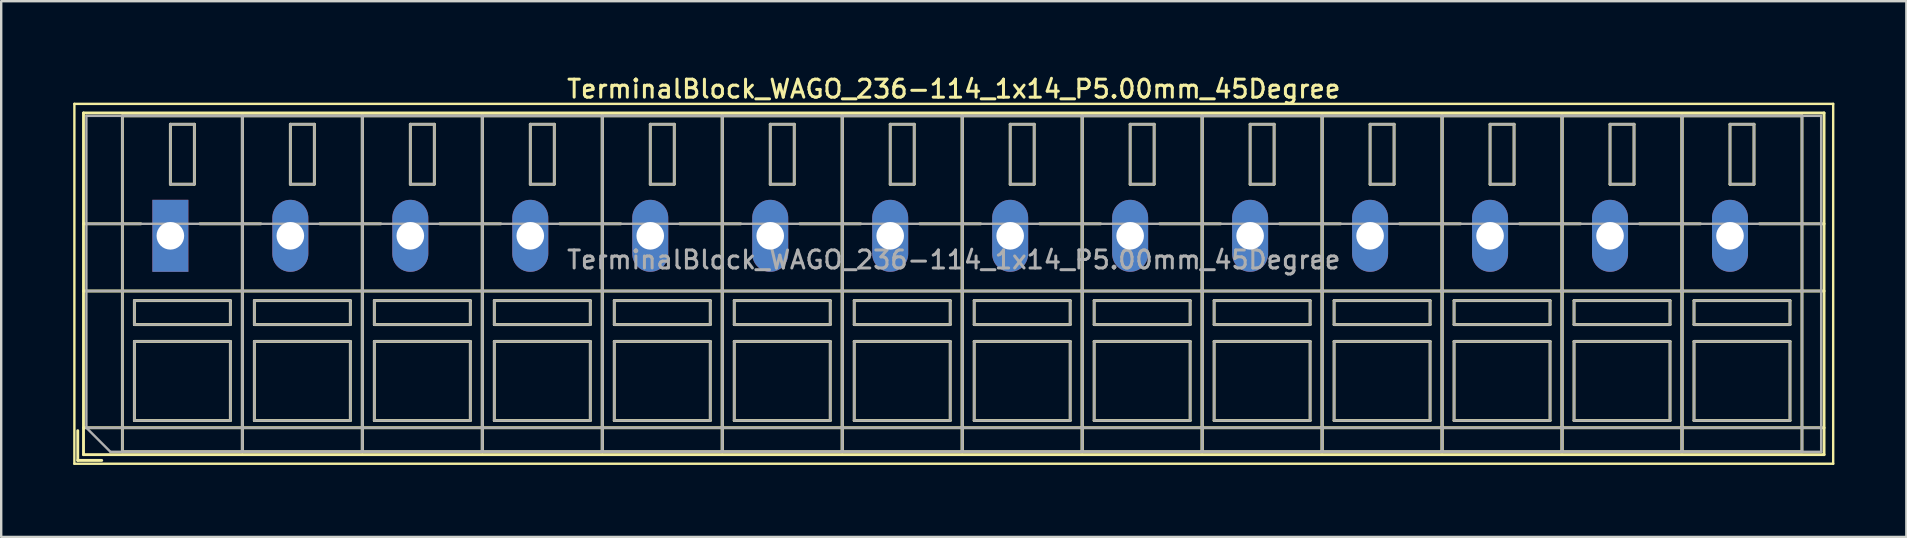
<source format=kicad_pcb>
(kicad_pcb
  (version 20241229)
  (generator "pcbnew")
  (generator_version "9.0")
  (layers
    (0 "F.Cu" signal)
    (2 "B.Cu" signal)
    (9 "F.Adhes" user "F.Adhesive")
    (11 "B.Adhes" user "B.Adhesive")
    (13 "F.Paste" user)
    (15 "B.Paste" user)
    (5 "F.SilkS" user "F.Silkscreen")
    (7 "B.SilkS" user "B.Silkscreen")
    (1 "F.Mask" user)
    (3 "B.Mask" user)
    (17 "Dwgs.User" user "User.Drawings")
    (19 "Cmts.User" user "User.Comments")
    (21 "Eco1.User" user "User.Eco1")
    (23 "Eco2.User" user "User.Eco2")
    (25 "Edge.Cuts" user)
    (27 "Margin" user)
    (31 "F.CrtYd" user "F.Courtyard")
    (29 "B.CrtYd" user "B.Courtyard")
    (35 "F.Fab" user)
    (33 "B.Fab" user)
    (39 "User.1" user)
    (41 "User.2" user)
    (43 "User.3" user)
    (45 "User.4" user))
  (footprint "TerminalBlock_WAGO_236-114_1x14_P5.00mm_45Degree"
    (layer "F.Cu")
    (at 4.05 6.778)
    (property "Reference" "TerminalBlock_WAGO_236-114_1x14_P5.00mm_45Degree" (at 32.65 -6.12 0) (layer "F.SilkS") (effects (font (size 0.75 0.75) (thickness 0.125))))
    (attr through_hole)
    (fp_line (start -4 -5.5) (end -4 9.5) (stroke (width 0.1) (type solid)) (layer "F.SilkS"))
    (fp_line (start -4 9.5) (end 69.3 9.5) (stroke (width 0.1) (type solid)) (layer "F.SilkS"))
    (fp_line (start -3.86 8.12) (end -3.86 9.36) (stroke (width 0.12) (type solid)) (layer "F.SilkS"))
    (fp_line (start -3.86 9.36) (end -2.86 9.36) (stroke (width 0.12) (type solid)) (layer "F.SilkS"))
    (fp_line (start -3.62 -5.12) (end -3.62 9.12) (stroke (width 0.12) (type solid)) (layer "F.SilkS"))
    (fp_line (start -3.62 -5.12) (end 68.92 -5.12) (stroke (width 0.12) (type solid)) (layer "F.SilkS"))
    (fp_line (start -3.62 -0.5) (end -1.23 -0.5) (stroke (width 0.12) (type solid)) (layer "F.SilkS"))
    (fp_line (start -3.62 2.3) (end 68.92 2.3) (stroke (width 0.12) (type solid)) (layer "F.SilkS"))
    (fp_line (start -3.62 8) (end 68.92 8) (stroke (width 0.12) (type solid)) (layer "F.SilkS"))
    (fp_line (start -3.62 9.12) (end 68.92 9.12) (stroke (width 0.12) (type solid)) (layer "F.SilkS"))
    (fp_line (start -2 -5) (end -2 9) (stroke (width 0.12) (type solid)) (layer "F.SilkS"))
    (fp_line (start -2 -5) (end 3 -5) (stroke (width 0.12) (type solid)) (layer "F.SilkS"))
    (fp_line (start -2 9) (end 3 9) (stroke (width 0.12) (type solid)) (layer "F.SilkS"))
    (fp_line (start -1.5 2.7) (end -1.5 3.7) (stroke (width 0.12) (type solid)) (layer "F.SilkS"))
    (fp_line (start -1.5 2.7) (end 2.5 2.7) (stroke (width 0.12) (type solid)) (layer "F.SilkS"))
    (fp_line (start -1.5 3.7) (end 2.5 3.7) (stroke (width 0.12) (type solid)) (layer "F.SilkS"))
    (fp_line (start -1.5 4.4) (end -1.5 7.7) (stroke (width 0.12) (type solid)) (layer "F.SilkS"))
    (fp_line (start -1.5 4.4) (end 2.5 4.4) (stroke (width 0.12) (type solid)) (layer "F.SilkS"))
    (fp_line (start -1.5 7.7) (end 2.5 7.7) (stroke (width 0.12) (type solid)) (layer "F.SilkS"))
    (fp_line (start 0 -4.65) (end 0 -2.151) (stroke (width 0.12) (type solid)) (layer "F.SilkS"))
    (fp_line (start 0 -4.65) (end 1 -4.65) (stroke (width 0.12) (type solid)) (layer "F.SilkS"))
    (fp_line (start 0 -2.151) (end 1 -2.151) (stroke (width 0.12) (type solid)) (layer "F.SilkS"))
    (fp_line (start 1 -4.65) (end 1 -2.151) (stroke (width 0.12) (type solid)) (layer "F.SilkS"))
    (fp_line (start 1.23 -0.5) (end 3.77 -0.5) (stroke (width 0.12) (type solid)) (layer "F.SilkS"))
    (fp_line (start 2.5 2.7) (end 2.5 3.7) (stroke (width 0.12) (type solid)) (layer "F.SilkS"))
    (fp_line (start 2.5 4.4) (end 2.5 7.7) (stroke (width 0.12) (type solid)) (layer "F.SilkS"))
    (fp_line (start 3 -5) (end 3 9) (stroke (width 0.12) (type solid)) (layer "F.SilkS"))
    (fp_line (start 3 -5) (end 3 9) (stroke (width 0.12) (type solid)) (layer "F.SilkS"))
    (fp_line (start 3 -5) (end 8 -5) (stroke (width 0.12) (type solid)) (layer "F.SilkS"))
    (fp_line (start 3 9) (end 8 9) (stroke (width 0.12) (type solid)) (layer "F.SilkS"))
    (fp_line (start 3.5 2.7) (end 3.5 3.7) (stroke (width 0.12) (type solid)) (layer "F.SilkS"))
    (fp_line (start 3.5 2.7) (end 7.5 2.7) (stroke (width 0.12) (type solid)) (layer "F.SilkS"))
    (fp_line (start 3.5 3.7) (end 7.5 3.7) (stroke (width 0.12) (type solid)) (layer "F.SilkS"))
    (fp_line (start 3.5 4.4) (end 3.5 7.7) (stroke (width 0.12) (type solid)) (layer "F.SilkS"))
    (fp_line (start 3.5 4.4) (end 7.5 4.4) (stroke (width 0.12) (type solid)) (layer "F.SilkS"))
    (fp_line (start 3.5 7.7) (end 7.5 7.7) (stroke (width 0.12) (type solid)) (layer "F.SilkS"))
    (fp_line (start 5 -4.65) (end 5 -2.151) (stroke (width 0.12) (type solid)) (layer "F.SilkS"))
    (fp_line (start 5 -4.65) (end 6 -4.65) (stroke (width 0.12) (type solid)) (layer "F.SilkS"))
    (fp_line (start 5 -2.151) (end 6 -2.151) (stroke (width 0.12) (type solid)) (layer "F.SilkS"))
    (fp_line (start 6 -4.65) (end 6 -2.151) (stroke (width 0.12) (type solid)) (layer "F.SilkS"))
    (fp_line (start 6.23 -0.5) (end 8.77 -0.5) (stroke (width 0.12) (type solid)) (layer "F.SilkS"))
    (fp_line (start 7.5 2.7) (end 7.5 3.7) (stroke (width 0.12) (type solid)) (layer "F.SilkS"))
    (fp_line (start 7.5 4.4) (end 7.5 7.7) (stroke (width 0.12) (type solid)) (layer "F.SilkS"))
    (fp_line (start 8 -5) (end 8 9) (stroke (width 0.12) (type solid)) (layer "F.SilkS"))
    (fp_line (start 8 -5) (end 8 9) (stroke (width 0.12) (type solid)) (layer "F.SilkS"))
    (fp_line (start 8 -5) (end 13 -5) (stroke (width 0.12) (type solid)) (layer "F.SilkS"))
    (fp_line (start 8 9) (end 13 9) (stroke (width 0.12) (type solid)) (layer "F.SilkS"))
    (fp_line (start 8.5 2.7) (end 8.5 3.7) (stroke (width 0.12) (type solid)) (layer "F.SilkS"))
    (fp_line (start 8.5 2.7) (end 12.5 2.7) (stroke (width 0.12) (type solid)) (layer "F.SilkS"))
    (fp_line (start 8.5 3.7) (end 12.5 3.7) (stroke (width 0.12) (type solid)) (layer "F.SilkS"))
    (fp_line (start 8.5 4.4) (end 8.5 7.7) (stroke (width 0.12) (type solid)) (layer "F.SilkS"))
    (fp_line (start 8.5 4.4) (end 12.5 4.4) (stroke (width 0.12) (type solid)) (layer "F.SilkS"))
    (fp_line (start 8.5 7.7) (end 12.5 7.7) (stroke (width 0.12) (type solid)) (layer "F.SilkS"))
    (fp_line (start 10 -4.65) (end 10 -2.151) (stroke (width 0.12) (type solid)) (layer "F.SilkS"))
    (fp_line (start 10 -4.65) (end 11 -4.65) (stroke (width 0.12) (type solid)) (layer "F.SilkS"))
    (fp_line (start 10 -2.151) (end 11 -2.151) (stroke (width 0.12) (type solid)) (layer "F.SilkS"))
    (fp_line (start 11 -4.65) (end 11 -2.151) (stroke (width 0.12) (type solid)) (layer "F.SilkS"))
    (fp_line (start 11.23 -0.5) (end 13.77 -0.5) (stroke (width 0.12) (type solid)) (layer "F.SilkS"))
    (fp_line (start 12.5 2.7) (end 12.5 3.7) (stroke (width 0.12) (type solid)) (layer "F.SilkS"))
    (fp_line (start 12.5 4.4) (end 12.5 7.7) (stroke (width 0.12) (type solid)) (layer "F.SilkS"))
    (fp_line (start 13 -5) (end 13 9) (stroke (width 0.12) (type solid)) (layer "F.SilkS"))
    (fp_line (start 13 -5) (end 13 9) (stroke (width 0.12) (type solid)) (layer "F.SilkS"))
    (fp_line (start 13 -5) (end 18 -5) (stroke (width 0.12) (type solid)) (layer "F.SilkS"))
    (fp_line (start 13 9) (end 18 9) (stroke (width 0.12) (type solid)) (layer "F.SilkS"))
    (fp_line (start 13.5 2.7) (end 13.5 3.7) (stroke (width 0.12) (type solid)) (layer "F.SilkS"))
    (fp_line (start 13.5 2.7) (end 17.5 2.7) (stroke (width 0.12) (type solid)) (layer "F.SilkS"))
    (fp_line (start 13.5 3.7) (end 17.5 3.7) (stroke (width 0.12) (type solid)) (layer "F.SilkS"))
    (fp_line (start 13.5 4.4) (end 13.5 7.7) (stroke (width 0.12) (type solid)) (layer "F.SilkS"))
    (fp_line (start 13.5 4.4) (end 17.5 4.4) (stroke (width 0.12) (type solid)) (layer "F.SilkS"))
    (fp_line (start 13.5 7.7) (end 17.5 7.7) (stroke (width 0.12) (type solid)) (layer "F.SilkS"))
    (fp_line (start 15 -4.65) (end 15 -2.151) (stroke (width 0.12) (type solid)) (layer "F.SilkS"))
    (fp_line (start 15 -4.65) (end 16 -4.65) (stroke (width 0.12) (type solid)) (layer "F.SilkS"))
    (fp_line (start 15 -2.151) (end 16 -2.151) (stroke (width 0.12) (type solid)) (layer "F.SilkS"))
    (fp_line (start 16 -4.65) (end 16 -2.151) (stroke (width 0.12) (type solid)) (layer "F.SilkS"))
    (fp_line (start 16.23 -0.5) (end 18.77 -0.5) (stroke (width 0.12) (type solid)) (layer "F.SilkS"))
    (fp_line (start 17.5 2.7) (end 17.5 3.7) (stroke (width 0.12) (type solid)) (layer "F.SilkS"))
    (fp_line (start 17.5 4.4) (end 17.5 7.7) (stroke (width 0.12) (type solid)) (layer "F.SilkS"))
    (fp_line (start 18 -5) (end 18 9) (stroke (width 0.12) (type solid)) (layer "F.SilkS"))
    (fp_line (start 18 -5) (end 18 9) (stroke (width 0.12) (type solid)) (layer "F.SilkS"))
    (fp_line (start 18 -5) (end 23 -5) (stroke (width 0.12) (type solid)) (layer "F.SilkS"))
    (fp_line (start 18 9) (end 23 9) (stroke (width 0.12) (type solid)) (layer "F.SilkS"))
    (fp_line (start 18.5 2.7) (end 18.5 3.7) (stroke (width 0.12) (type solid)) (layer "F.SilkS"))
    (fp_line (start 18.5 2.7) (end 22.5 2.7) (stroke (width 0.12) (type solid)) (layer "F.SilkS"))
    (fp_line (start 18.5 3.7) (end 22.5 3.7) (stroke (width 0.12) (type solid)) (layer "F.SilkS"))
    (fp_line (start 18.5 4.4) (end 18.5 7.7) (stroke (width 0.12) (type solid)) (layer "F.SilkS"))
    (fp_line (start 18.5 4.4) (end 22.5 4.4) (stroke (width 0.12) (type solid)) (layer "F.SilkS"))
    (fp_line (start 18.5 7.7) (end 22.5 7.7) (stroke (width 0.12) (type solid)) (layer "F.SilkS"))
    (fp_line (start 20 -4.65) (end 20 -2.151) (stroke (width 0.12) (type solid)) (layer "F.SilkS"))
    (fp_line (start 20 -4.65) (end 21 -4.65) (stroke (width 0.12) (type solid)) (layer "F.SilkS"))
    (fp_line (start 20 -2.151) (end 21 -2.151) (stroke (width 0.12) (type solid)) (layer "F.SilkS"))
    (fp_line (start 21 -4.65) (end 21 -2.151) (stroke (width 0.12) (type solid)) (layer "F.SilkS"))
    (fp_line (start 21.23 -0.5) (end 23.77 -0.5) (stroke (width 0.12) (type solid)) (layer "F.SilkS"))
    (fp_line (start 22.5 2.7) (end 22.5 3.7) (stroke (width 0.12) (type solid)) (layer "F.SilkS"))
    (fp_line (start 22.5 4.4) (end 22.5 7.7) (stroke (width 0.12) (type solid)) (layer "F.SilkS"))
    (fp_line (start 23 -5) (end 23 9) (stroke (width 0.12) (type solid)) (layer "F.SilkS"))
    (fp_line (start 23 -5) (end 23 9) (stroke (width 0.12) (type solid)) (layer "F.SilkS"))
    (fp_line (start 23 -5) (end 28 -5) (stroke (width 0.12) (type solid)) (layer "F.SilkS"))
    (fp_line (start 23 9) (end 28 9) (stroke (width 0.12) (type solid)) (layer "F.SilkS"))
    (fp_line (start 23.5 2.7) (end 23.5 3.7) (stroke (width 0.12) (type solid)) (layer "F.SilkS"))
    (fp_line (start 23.5 2.7) (end 27.5 2.7) (stroke (width 0.12) (type solid)) (layer "F.SilkS"))
    (fp_line (start 23.5 3.7) (end 27.5 3.7) (stroke (width 0.12) (type solid)) (layer "F.SilkS"))
    (fp_line (start 23.5 4.4) (end 23.5 7.7) (stroke (width 0.12) (type solid)) (layer "F.SilkS"))
    (fp_line (start 23.5 4.4) (end 27.5 4.4) (stroke (width 0.12) (type solid)) (layer "F.SilkS"))
    (fp_line (start 23.5 7.7) (end 27.5 7.7) (stroke (width 0.12) (type solid)) (layer "F.SilkS"))
    (fp_line (start 25 -4.65) (end 25 -2.151) (stroke (width 0.12) (type solid)) (layer "F.SilkS"))
    (fp_line (start 25 -4.65) (end 26 -4.65) (stroke (width 0.12) (type solid)) (layer "F.SilkS"))
    (fp_line (start 25 -2.151) (end 26 -2.151) (stroke (width 0.12) (type solid)) (layer "F.SilkS"))
    (fp_line (start 26 -4.65) (end 26 -2.151) (stroke (width 0.12) (type solid)) (layer "F.SilkS"))
    (fp_line (start 26.23 -0.5) (end 28.77 -0.5) (stroke (width 0.12) (type solid)) (layer "F.SilkS"))
    (fp_line (start 27.5 2.7) (end 27.5 3.7) (stroke (width 0.12) (type solid)) (layer "F.SilkS"))
    (fp_line (start 27.5 4.4) (end 27.5 7.7) (stroke (width 0.12) (type solid)) (layer "F.SilkS"))
    (fp_line (start 28 -5) (end 28 9) (stroke (width 0.12) (type solid)) (layer "F.SilkS"))
    (fp_line (start 28 -5) (end 28 9) (stroke (width 0.12) (type solid)) (layer "F.SilkS"))
    (fp_line (start 28 -5) (end 33 -5) (stroke (width 0.12) (type solid)) (layer "F.SilkS"))
    (fp_line (start 28 9) (end 33 9) (stroke (width 0.12) (type solid)) (layer "F.SilkS"))
    (fp_line (start 28.5 2.7) (end 28.5 3.7) (stroke (width 0.12) (type solid)) (layer "F.SilkS"))
    (fp_line (start 28.5 2.7) (end 32.5 2.7) (stroke (width 0.12) (type solid)) (layer "F.SilkS"))
    (fp_line (start 28.5 3.7) (end 32.5 3.7) (stroke (width 0.12) (type solid)) (layer "F.SilkS"))
    (fp_line (start 28.5 4.4) (end 28.5 7.7) (stroke (width 0.12) (type solid)) (layer "F.SilkS"))
    (fp_line (start 28.5 4.4) (end 32.5 4.4) (stroke (width 0.12) (type solid)) (layer "F.SilkS"))
    (fp_line (start 28.5 7.7) (end 32.5 7.7) (stroke (width 0.12) (type solid)) (layer "F.SilkS"))
    (fp_line (start 30 -4.65) (end 30 -2.151) (stroke (width 0.12) (type solid)) (layer "F.SilkS"))
    (fp_line (start 30 -4.65) (end 31 -4.65) (stroke (width 0.12) (type solid)) (layer "F.SilkS"))
    (fp_line (start 30 -2.151) (end 31 -2.151) (stroke (width 0.12) (type solid)) (layer "F.SilkS"))
    (fp_line (start 31 -4.65) (end 31 -2.151) (stroke (width 0.12) (type solid)) (layer "F.SilkS"))
    (fp_line (start 31.23 -0.5) (end 33.77 -0.5) (stroke (width 0.12) (type solid)) (layer "F.SilkS"))
    (fp_line (start 32.5 2.7) (end 32.5 3.7) (stroke (width 0.12) (type solid)) (layer "F.SilkS"))
    (fp_line (start 32.5 4.4) (end 32.5 7.7) (stroke (width 0.12) (type solid)) (layer "F.SilkS"))
    (fp_line (start 33 -5) (end 33 9) (stroke (width 0.12) (type solid)) (layer "F.SilkS"))
    (fp_line (start 33 -5) (end 33 9) (stroke (width 0.12) (type solid)) (layer "F.SilkS"))
    (fp_line (start 33 -5) (end 38 -5) (stroke (width 0.12) (type solid)) (layer "F.SilkS"))
    (fp_line (start 33 9) (end 38 9) (stroke (width 0.12) (type solid)) (layer "F.SilkS"))
    (fp_line (start 33.5 2.7) (end 33.5 3.7) (stroke (width 0.12) (type solid)) (layer "F.SilkS"))
    (fp_line (start 33.5 2.7) (end 37.5 2.7) (stroke (width 0.12) (type solid)) (layer "F.SilkS"))
    (fp_line (start 33.5 3.7) (end 37.5 3.7) (stroke (width 0.12) (type solid)) (layer "F.SilkS"))
    (fp_line (start 33.5 4.4) (end 33.5 7.7) (stroke (width 0.12) (type solid)) (layer "F.SilkS"))
    (fp_line (start 33.5 4.4) (end 37.5 4.4) (stroke (width 0.12) (type solid)) (layer "F.SilkS"))
    (fp_line (start 33.5 7.7) (end 37.5 7.7) (stroke (width 0.12) (type solid)) (layer "F.SilkS"))
    (fp_line (start 35 -4.65) (end 35 -2.151) (stroke (width 0.12) (type solid)) (layer "F.SilkS"))
    (fp_line (start 35 -4.65) (end 36 -4.65) (stroke (width 0.12) (type solid)) (layer "F.SilkS"))
    (fp_line (start 35 -2.151) (end 36 -2.151) (stroke (width 0.12) (type solid)) (layer "F.SilkS"))
    (fp_line (start 36 -4.65) (end 36 -2.151) (stroke (width 0.12) (type solid)) (layer "F.SilkS"))
    (fp_line (start 36.23 -0.5) (end 38.77 -0.5) (stroke (width 0.12) (type solid)) (layer "F.SilkS"))
    (fp_line (start 37.5 2.7) (end 37.5 3.7) (stroke (width 0.12) (type solid)) (layer "F.SilkS"))
    (fp_line (start 37.5 4.4) (end 37.5 7.7) (stroke (width 0.12) (type solid)) (layer "F.SilkS"))
    (fp_line (start 38 -5) (end 38 9) (stroke (width 0.12) (type solid)) (layer "F.SilkS"))
    (fp_line (start 38 -5) (end 38 9) (stroke (width 0.12) (type solid)) (layer "F.SilkS"))
    (fp_line (start 38 -5) (end 43 -5) (stroke (width 0.12) (type solid)) (layer "F.SilkS"))
    (fp_line (start 38 9) (end 43 9) (stroke (width 0.12) (type solid)) (layer "F.SilkS"))
    (fp_line (start 38.5 2.7) (end 38.5 3.7) (stroke (width 0.12) (type solid)) (layer "F.SilkS"))
    (fp_line (start 38.5 2.7) (end 42.5 2.7) (stroke (width 0.12) (type solid)) (layer "F.SilkS"))
    (fp_line (start 38.5 3.7) (end 42.5 3.7) (stroke (width 0.12) (type solid)) (layer "F.SilkS"))
    (fp_line (start 38.5 4.4) (end 38.5 7.7) (stroke (width 0.12) (type solid)) (layer "F.SilkS"))
    (fp_line (start 38.5 4.4) (end 42.5 4.4) (stroke (width 0.12) (type solid)) (layer "F.SilkS"))
    (fp_line (start 38.5 7.7) (end 42.5 7.7) (stroke (width 0.12) (type solid)) (layer "F.SilkS"))
    (fp_line (start 40 -4.65) (end 40 -2.151) (stroke (width 0.12) (type solid)) (layer "F.SilkS"))
    (fp_line (start 40 -4.65) (end 41 -4.65) (stroke (width 0.12) (type solid)) (layer "F.SilkS"))
    (fp_line (start 40 -2.151) (end 41 -2.151) (stroke (width 0.12) (type solid)) (layer "F.SilkS"))
    (fp_line (start 41 -4.65) (end 41 -2.151) (stroke (width 0.12) (type solid)) (layer "F.SilkS"))
    (fp_line (start 41.23 -0.5) (end 43.77 -0.5) (stroke (width 0.12) (type solid)) (layer "F.SilkS"))
    (fp_line (start 42.5 2.7) (end 42.5 3.7) (stroke (width 0.12) (type solid)) (layer "F.SilkS"))
    (fp_line (start 42.5 4.4) (end 42.5 7.7) (stroke (width 0.12) (type solid)) (layer "F.SilkS"))
    (fp_line (start 43 -5) (end 43 9) (stroke (width 0.12) (type solid)) (layer "F.SilkS"))
    (fp_line (start 43 -5) (end 43 9) (stroke (width 0.12) (type solid)) (layer "F.SilkS"))
    (fp_line (start 43 -5) (end 48 -5) (stroke (width 0.12) (type solid)) (layer "F.SilkS"))
    (fp_line (start 43 9) (end 48 9) (stroke (width 0.12) (type solid)) (layer "F.SilkS"))
    (fp_line (start 43.5 2.7) (end 43.5 3.7) (stroke (width 0.12) (type solid)) (layer "F.SilkS"))
    (fp_line (start 43.5 2.7) (end 47.5 2.7) (stroke (width 0.12) (type solid)) (layer "F.SilkS"))
    (fp_line (start 43.5 3.7) (end 47.5 3.7) (stroke (width 0.12) (type solid)) (layer "F.SilkS"))
    (fp_line (start 43.5 4.4) (end 43.5 7.7) (stroke (width 0.12) (type solid)) (layer "F.SilkS"))
    (fp_line (start 43.5 4.4) (end 47.5 4.4) (stroke (width 0.12) (type solid)) (layer "F.SilkS"))
    (fp_line (start 43.5 7.7) (end 47.5 7.7) (stroke (width 0.12) (type solid)) (layer "F.SilkS"))
    (fp_line (start 45 -4.65) (end 45 -2.151) (stroke (width 0.12) (type solid)) (layer "F.SilkS"))
    (fp_line (start 45 -4.65) (end 46 -4.65) (stroke (width 0.12) (type solid)) (layer "F.SilkS"))
    (fp_line (start 45 -2.151) (end 46 -2.151) (stroke (width 0.12) (type solid)) (layer "F.SilkS"))
    (fp_line (start 46 -4.65) (end 46 -2.151) (stroke (width 0.12) (type solid)) (layer "F.SilkS"))
    (fp_line (start 46.23 -0.5) (end 48.77 -0.5) (stroke (width 0.12) (type solid)) (layer "F.SilkS"))
    (fp_line (start 47.5 2.7) (end 47.5 3.7) (stroke (width 0.12) (type solid)) (layer "F.SilkS"))
    (fp_line (start 47.5 4.4) (end 47.5 7.7) (stroke (width 0.12) (type solid)) (layer "F.SilkS"))
    (fp_line (start 48 -5) (end 48 9) (stroke (width 0.12) (type solid)) (layer "F.SilkS"))
    (fp_line (start 48 -5) (end 48 9) (stroke (width 0.12) (type solid)) (layer "F.SilkS"))
    (fp_line (start 48 -5) (end 53 -5) (stroke (width 0.12) (type solid)) (layer "F.SilkS"))
    (fp_line (start 48 9) (end 53 9) (stroke (width 0.12) (type solid)) (layer "F.SilkS"))
    (fp_line (start 48.5 2.7) (end 48.5 3.7) (stroke (width 0.12) (type solid)) (layer "F.SilkS"))
    (fp_line (start 48.5 2.7) (end 52.5 2.7) (stroke (width 0.12) (type solid)) (layer "F.SilkS"))
    (fp_line (start 48.5 3.7) (end 52.5 3.7) (stroke (width 0.12) (type solid)) (layer "F.SilkS"))
    (fp_line (start 48.5 4.4) (end 48.5 7.7) (stroke (width 0.12) (type solid)) (layer "F.SilkS"))
    (fp_line (start 48.5 4.4) (end 52.5 4.4) (stroke (width 0.12) (type solid)) (layer "F.SilkS"))
    (fp_line (start 48.5 7.7) (end 52.5 7.7) (stroke (width 0.12) (type solid)) (layer "F.SilkS"))
    (fp_line (start 50 -4.65) (end 50 -2.151) (stroke (width 0.12) (type solid)) (layer "F.SilkS"))
    (fp_line (start 50 -4.65) (end 51 -4.65) (stroke (width 0.12) (type solid)) (layer "F.SilkS"))
    (fp_line (start 50 -2.151) (end 51 -2.151) (stroke (width 0.12) (type solid)) (layer "F.SilkS"))
    (fp_line (start 51 -4.65) (end 51 -2.151) (stroke (width 0.12) (type solid)) (layer "F.SilkS"))
    (fp_line (start 51.23 -0.5) (end 53.77 -0.5) (stroke (width 0.12) (type solid)) (layer "F.SilkS"))
    (fp_line (start 52.5 2.7) (end 52.5 3.7) (stroke (width 0.12) (type solid)) (layer "F.SilkS"))
    (fp_line (start 52.5 4.4) (end 52.5 7.7) (stroke (width 0.12) (type solid)) (layer "F.SilkS"))
    (fp_line (start 53 -5) (end 53 9) (stroke (width 0.12) (type solid)) (layer "F.SilkS"))
    (fp_line (start 53 -5) (end 53 9) (stroke (width 0.12) (type solid)) (layer "F.SilkS"))
    (fp_line (start 53 -5) (end 58 -5) (stroke (width 0.12) (type solid)) (layer "F.SilkS"))
    (fp_line (start 53 9) (end 58 9) (stroke (width 0.12) (type solid)) (layer "F.SilkS"))
    (fp_line (start 53.5 2.7) (end 53.5 3.7) (stroke (width 0.12) (type solid)) (layer "F.SilkS"))
    (fp_line (start 53.5 2.7) (end 57.5 2.7) (stroke (width 0.12) (type solid)) (layer "F.SilkS"))
    (fp_line (start 53.5 3.7) (end 57.5 3.7) (stroke (width 0.12) (type solid)) (layer "F.SilkS"))
    (fp_line (start 53.5 4.4) (end 53.5 7.7) (stroke (width 0.12) (type solid)) (layer "F.SilkS"))
    (fp_line (start 53.5 4.4) (end 57.5 4.4) (stroke (width 0.12) (type solid)) (layer "F.SilkS"))
    (fp_line (start 53.5 7.7) (end 57.5 7.7) (stroke (width 0.12) (type solid)) (layer "F.SilkS"))
    (fp_line (start 55 -4.65) (end 55 -2.151) (stroke (width 0.12) (type solid)) (layer "F.SilkS"))
    (fp_line (start 55 -4.65) (end 56 -4.65) (stroke (width 0.12) (type solid)) (layer "F.SilkS"))
    (fp_line (start 55 -2.151) (end 56 -2.151) (stroke (width 0.12) (type solid)) (layer "F.SilkS"))
    (fp_line (start 56 -4.65) (end 56 -2.151) (stroke (width 0.12) (type solid)) (layer "F.SilkS"))
    (fp_line (start 56.23 -0.5) (end 58.77 -0.5) (stroke (width 0.12) (type solid)) (layer "F.SilkS"))
    (fp_line (start 57.5 2.7) (end 57.5 3.7) (stroke (width 0.12) (type solid)) (layer "F.SilkS"))
    (fp_line (start 57.5 4.4) (end 57.5 7.7) (stroke (width 0.12) (type solid)) (layer "F.SilkS"))
    (fp_line (start 58 -5) (end 58 9) (stroke (width 0.12) (type solid)) (layer "F.SilkS"))
    (fp_line (start 58 -5) (end 58 9) (stroke (width 0.12) (type solid)) (layer "F.SilkS"))
    (fp_line (start 58 -5) (end 63 -5) (stroke (width 0.12) (type solid)) (layer "F.SilkS"))
    (fp_line (start 58 9) (end 63 9) (stroke (width 0.12) (type solid)) (layer "F.SilkS"))
    (fp_line (start 58.5 2.7) (end 58.5 3.7) (stroke (width 0.12) (type solid)) (layer "F.SilkS"))
    (fp_line (start 58.5 2.7) (end 62.5 2.7) (stroke (width 0.12) (type solid)) (layer "F.SilkS"))
    (fp_line (start 58.5 3.7) (end 62.5 3.7) (stroke (width 0.12) (type solid)) (layer "F.SilkS"))
    (fp_line (start 58.5 4.4) (end 58.5 7.7) (stroke (width 0.12) (type solid)) (layer "F.SilkS"))
    (fp_line (start 58.5 4.4) (end 62.5 4.4) (stroke (width 0.12) (type solid)) (layer "F.SilkS"))
    (fp_line (start 58.5 7.7) (end 62.5 7.7) (stroke (width 0.12) (type solid)) (layer "F.SilkS"))
    (fp_line (start 60 -4.65) (end 60 -2.151) (stroke (width 0.12) (type solid)) (layer "F.SilkS"))
    (fp_line (start 60 -4.65) (end 61 -4.65) (stroke (width 0.12) (type solid)) (layer "F.SilkS"))
    (fp_line (start 60 -2.151) (end 61 -2.151) (stroke (width 0.12) (type solid)) (layer "F.SilkS"))
    (fp_line (start 61 -4.65) (end 61 -2.151) (stroke (width 0.12) (type solid)) (layer "F.SilkS"))
    (fp_line (start 61.23 -0.5) (end 63.77 -0.5) (stroke (width 0.12) (type solid)) (layer "F.SilkS"))
    (fp_line (start 62.5 2.7) (end 62.5 3.7) (stroke (width 0.12) (type solid)) (layer "F.SilkS"))
    (fp_line (start 62.5 4.4) (end 62.5 7.7) (stroke (width 0.12) (type solid)) (layer "F.SilkS"))
    (fp_line (start 63 -5) (end 63 9) (stroke (width 0.12) (type solid)) (layer "F.SilkS"))
    (fp_line (start 63 -5) (end 63 9) (stroke (width 0.12) (type solid)) (layer "F.SilkS"))
    (fp_line (start 63 -5) (end 68 -5) (stroke (width 0.12) (type solid)) (layer "F.SilkS"))
    (fp_line (start 63 9) (end 68 9) (stroke (width 0.12) (type solid)) (layer "F.SilkS"))
    (fp_line (start 63.5 2.7) (end 63.5 3.7) (stroke (width 0.12) (type solid)) (layer "F.SilkS"))
    (fp_line (start 63.5 2.7) (end 67.5 2.7) (stroke (width 0.12) (type solid)) (layer "F.SilkS"))
    (fp_line (start 63.5 3.7) (end 67.5 3.7) (stroke (width 0.12) (type solid)) (layer "F.SilkS"))
    (fp_line (start 63.5 4.4) (end 63.5 7.7) (stroke (width 0.12) (type solid)) (layer "F.SilkS"))
    (fp_line (start 63.5 4.4) (end 67.5 4.4) (stroke (width 0.12) (type solid)) (layer "F.SilkS"))
    (fp_line (start 63.5 7.7) (end 67.5 7.7) (stroke (width 0.12) (type solid)) (layer "F.SilkS"))
    (fp_line (start 65 -4.65) (end 65 -2.151) (stroke (width 0.12) (type solid)) (layer "F.SilkS"))
    (fp_line (start 65 -4.65) (end 66 -4.65) (stroke (width 0.12) (type solid)) (layer "F.SilkS"))
    (fp_line (start 65 -2.151) (end 66 -2.151) (stroke (width 0.12) (type solid)) (layer "F.SilkS"))
    (fp_line (start 66 -4.65) (end 66 -2.151) (stroke (width 0.12) (type solid)) (layer "F.SilkS"))
    (fp_line (start 66.23 -0.5) (end 68.92 -0.5) (stroke (width 0.12) (type solid)) (layer "F.SilkS"))
    (fp_line (start 67.5 2.7) (end 67.5 3.7) (stroke (width 0.12) (type solid)) (layer "F.SilkS"))
    (fp_line (start 67.5 4.4) (end 67.5 7.7) (stroke (width 0.12) (type solid)) (layer "F.SilkS"))
    (fp_line (start 68 -5) (end 68 9) (stroke (width 0.12) (type solid)) (layer "F.SilkS"))
    (fp_line (start 68.92 -5.12) (end 68.92 9.12) (stroke (width 0.12) (type solid)) (layer "F.SilkS"))
    (fp_line (start 69.3 -5.5) (end -4 -5.5) (stroke (width 0.1) (type solid)) (layer "F.SilkS"))
    (fp_line (start 69.3 9.5) (end 69.3 -5.5) (stroke (width 0.1) (type solid)) (layer "F.SilkS"))
    (fp_line (start -3.5 -5) (end 68.8 -5) (stroke (width 0.1) (type solid)) (layer "F.Fab"))
    (fp_line (start -3.5 -0.5) (end 68.8 -0.5) (stroke (width 0.1) (type solid)) (layer "F.Fab"))
    (fp_line (start -3.5 2.3) (end 68.8 2.3) (stroke (width 0.1) (type solid)) (layer "F.Fab"))
    (fp_line (start -3.5 8) (end -3.5 -5) (stroke (width 0.1) (type solid)) (layer "F.Fab"))
    (fp_line (start -3.5 8) (end 68.8 8) (stroke (width 0.1) (type solid)) (layer "F.Fab"))
    (fp_line (start -2.5 9) (end -3.5 8) (stroke (width 0.1) (type solid)) (layer "F.Fab"))
    (fp_line (start -2 -5) (end -2 9) (stroke (width 0.1) (type solid)) (layer "F.Fab"))
    (fp_line (start -2 9) (end 3 9) (stroke (width 0.1) (type solid)) (layer "F.Fab"))
    (fp_line (start -1.5 2.7) (end -1.5 3.7) (stroke (width 0.1) (type solid)) (layer "F.Fab"))
    (fp_line (start -1.5 3.7) (end 2.5 3.7) (stroke (width 0.1) (type solid)) (layer "F.Fab"))
    (fp_line (start -1.5 4.4) (end -1.5 7.7) (stroke (width 0.1) (type solid)) (layer "F.Fab"))
    (fp_line (start -1.5 7.7) (end 2.5 7.7) (stroke (width 0.1) (type solid)) (layer "F.Fab"))
    (fp_line (start 0 -4.65) (end 0 -2.15) (stroke (width 0.1) (type solid)) (layer "F.Fab"))
    (fp_line (start 0 -2.15) (end 1 -2.15) (stroke (width 0.1) (type solid)) (layer "F.Fab"))
    (fp_line (start 1 -4.65) (end 0 -4.65) (stroke (width 0.1) (type solid)) (layer "F.Fab"))
    (fp_line (start 1 -2.15) (end 1 -4.65) (stroke (width 0.1) (type solid)) (layer "F.Fab"))
    (fp_line (start 2.5 2.7) (end -1.5 2.7) (stroke (width 0.1) (type solid)) (layer "F.Fab"))
    (fp_line (start 2.5 3.7) (end 2.5 2.7) (stroke (width 0.1) (type solid)) (layer "F.Fab"))
    (fp_line (start 2.5 4.4) (end -1.5 4.4) (stroke (width 0.1) (type solid)) (layer "F.Fab"))
    (fp_line (start 2.5 7.7) (end 2.5 4.4) (stroke (width 0.1) (type solid)) (layer "F.Fab"))
    (fp_line (start 3 -5) (end -2 -5) (stroke (width 0.1) (type solid)) (layer "F.Fab"))
    (fp_line (start 3 -5) (end 3 9) (stroke (width 0.1) (type solid)) (layer "F.Fab"))
    (fp_line (start 3 9) (end 3 -5) (stroke (width 0.1) (type solid)) (layer "F.Fab"))
    (fp_line (start 3 9) (end 8 9) (stroke (width 0.1) (type solid)) (layer "F.Fab"))
    (fp_line (start 3.5 2.7) (end 3.5 3.7) (stroke (width 0.1) (type solid)) (layer "F.Fab"))
    (fp_line (start 3.5 3.7) (end 7.5 3.7) (stroke (width 0.1) (type solid)) (layer "F.Fab"))
    (fp_line (start 3.5 4.4) (end 3.5 7.7) (stroke (width 0.1) (type solid)) (layer "F.Fab"))
    (fp_line (start 3.5 7.7) (end 7.5 7.7) (stroke (width 0.1) (type solid)) (layer "F.Fab"))
    (fp_line (start 5 -4.65) (end 5 -2.15) (stroke (width 0.1) (type solid)) (layer "F.Fab"))
    (fp_line (start 5 -2.15) (end 6 -2.15) (stroke (width 0.1) (type solid)) (layer "F.Fab"))
    (fp_line (start 6 -4.65) (end 5 -4.65) (stroke (width 0.1) (type solid)) (layer "F.Fab"))
    (fp_line (start 6 -2.15) (end 6 -4.65) (stroke (width 0.1) (type solid)) (layer "F.Fab"))
    (fp_line (start 7.5 2.7) (end 3.5 2.7) (stroke (width 0.1) (type solid)) (layer "F.Fab"))
    (fp_line (start 7.5 3.7) (end 7.5 2.7) (stroke (width 0.1) (type solid)) (layer "F.Fab"))
    (fp_line (start 7.5 4.4) (end 3.5 4.4) (stroke (width 0.1) (type solid)) (layer "F.Fab"))
    (fp_line (start 7.5 7.7) (end 7.5 4.4) (stroke (width 0.1) (type solid)) (layer "F.Fab"))
    (fp_line (start 8 -5) (end 3 -5) (stroke (width 0.1) (type solid)) (layer "F.Fab"))
    (fp_line (start 8 -5) (end 8 9) (stroke (width 0.1) (type solid)) (layer "F.Fab"))
    (fp_line (start 8 9) (end 8 -5) (stroke (width 0.1) (type solid)) (layer "F.Fab"))
    (fp_line (start 8 9) (end 13 9) (stroke (width 0.1) (type solid)) (layer "F.Fab"))
    (fp_line (start 8.5 2.7) (end 8.5 3.7) (stroke (width 0.1) (type solid)) (layer "F.Fab"))
    (fp_line (start 8.5 3.7) (end 12.5 3.7) (stroke (width 0.1) (type solid)) (layer "F.Fab"))
    (fp_line (start 8.5 4.4) (end 8.5 7.7) (stroke (width 0.1) (type solid)) (layer "F.Fab"))
    (fp_line (start 8.5 7.7) (end 12.5 7.7) (stroke (width 0.1) (type solid)) (layer "F.Fab"))
    (fp_line (start 10 -4.65) (end 10 -2.15) (stroke (width 0.1) (type solid)) (layer "F.Fab"))
    (fp_line (start 10 -2.15) (end 11 -2.15) (stroke (width 0.1) (type solid)) (layer "F.Fab"))
    (fp_line (start 11 -4.65) (end 10 -4.65) (stroke (width 0.1) (type solid)) (layer "F.Fab"))
    (fp_line (start 11 -2.15) (end 11 -4.65) (stroke (width 0.1) (type solid)) (layer "F.Fab"))
    (fp_line (start 12.5 2.7) (end 8.5 2.7) (stroke (width 0.1) (type solid)) (layer "F.Fab"))
    (fp_line (start 12.5 3.7) (end 12.5 2.7) (stroke (width 0.1) (type solid)) (layer "F.Fab"))
    (fp_line (start 12.5 4.4) (end 8.5 4.4) (stroke (width 0.1) (type solid)) (layer "F.Fab"))
    (fp_line (start 12.5 7.7) (end 12.5 4.4) (stroke (width 0.1) (type solid)) (layer "F.Fab"))
    (fp_line (start 13 -5) (end 8 -5) (stroke (width 0.1) (type solid)) (layer "F.Fab"))
    (fp_line (start 13 -5) (end 13 9) (stroke (width 0.1) (type solid)) (layer "F.Fab"))
    (fp_line (start 13 9) (end 13 -5) (stroke (width 0.1) (type solid)) (layer "F.Fab"))
    (fp_line (start 13 9) (end 18 9) (stroke (width 0.1) (type solid)) (layer "F.Fab"))
    (fp_line (start 13.5 2.7) (end 13.5 3.7) (stroke (width 0.1) (type solid)) (layer "F.Fab"))
    (fp_line (start 13.5 3.7) (end 17.5 3.7) (stroke (width 0.1) (type solid)) (layer "F.Fab"))
    (fp_line (start 13.5 4.4) (end 13.5 7.7) (stroke (width 0.1) (type solid)) (layer "F.Fab"))
    (fp_line (start 13.5 7.7) (end 17.5 7.7) (stroke (width 0.1) (type solid)) (layer "F.Fab"))
    (fp_line (start 15 -4.65) (end 15 -2.15) (stroke (width 0.1) (type solid)) (layer "F.Fab"))
    (fp_line (start 15 -2.15) (end 16 -2.15) (stroke (width 0.1) (type solid)) (layer "F.Fab"))
    (fp_line (start 16 -4.65) (end 15 -4.65) (stroke (width 0.1) (type solid)) (layer "F.Fab"))
    (fp_line (start 16 -2.15) (end 16 -4.65) (stroke (width 0.1) (type solid)) (layer "F.Fab"))
    (fp_line (start 17.5 2.7) (end 13.5 2.7) (stroke (width 0.1) (type solid)) (layer "F.Fab"))
    (fp_line (start 17.5 3.7) (end 17.5 2.7) (stroke (width 0.1) (type solid)) (layer "F.Fab"))
    (fp_line (start 17.5 4.4) (end 13.5 4.4) (stroke (width 0.1) (type solid)) (layer "F.Fab"))
    (fp_line (start 17.5 7.7) (end 17.5 4.4) (stroke (width 0.1) (type solid)) (layer "F.Fab"))
    (fp_line (start 18 -5) (end 13 -5) (stroke (width 0.1) (type solid)) (layer "F.Fab"))
    (fp_line (start 18 -5) (end 18 9) (stroke (width 0.1) (type solid)) (layer "F.Fab"))
    (fp_line (start 18 9) (end 18 -5) (stroke (width 0.1) (type solid)) (layer "F.Fab"))
    (fp_line (start 18 9) (end 23 9) (stroke (width 0.1) (type solid)) (layer "F.Fab"))
    (fp_line (start 18.5 2.7) (end 18.5 3.7) (stroke (width 0.1) (type solid)) (layer "F.Fab"))
    (fp_line (start 18.5 3.7) (end 22.5 3.7) (stroke (width 0.1) (type solid)) (layer "F.Fab"))
    (fp_line (start 18.5 4.4) (end 18.5 7.7) (stroke (width 0.1) (type solid)) (layer "F.Fab"))
    (fp_line (start 18.5 7.7) (end 22.5 7.7) (stroke (width 0.1) (type solid)) (layer "F.Fab"))
    (fp_line (start 20 -4.65) (end 20 -2.15) (stroke (width 0.1) (type solid)) (layer "F.Fab"))
    (fp_line (start 20 -2.15) (end 21 -2.15) (stroke (width 0.1) (type solid)) (layer "F.Fab"))
    (fp_line (start 21 -4.65) (end 20 -4.65) (stroke (width 0.1) (type solid)) (layer "F.Fab"))
    (fp_line (start 21 -2.15) (end 21 -4.65) (stroke (width 0.1) (type solid)) (layer "F.Fab"))
    (fp_line (start 22.5 2.7) (end 18.5 2.7) (stroke (width 0.1) (type solid)) (layer "F.Fab"))
    (fp_line (start 22.5 3.7) (end 22.5 2.7) (stroke (width 0.1) (type solid)) (layer "F.Fab"))
    (fp_line (start 22.5 4.4) (end 18.5 4.4) (stroke (width 0.1) (type solid)) (layer "F.Fab"))
    (fp_line (start 22.5 7.7) (end 22.5 4.4) (stroke (width 0.1) (type solid)) (layer "F.Fab"))
    (fp_line (start 23 -5) (end 18 -5) (stroke (width 0.1) (type solid)) (layer "F.Fab"))
    (fp_line (start 23 -5) (end 23 9) (stroke (width 0.1) (type solid)) (layer "F.Fab"))
    (fp_line (start 23 9) (end 23 -5) (stroke (width 0.1) (type solid)) (layer "F.Fab"))
    (fp_line (start 23 9) (end 28 9) (stroke (width 0.1) (type solid)) (layer "F.Fab"))
    (fp_line (start 23.5 2.7) (end 23.5 3.7) (stroke (width 0.1) (type solid)) (layer "F.Fab"))
    (fp_line (start 23.5 3.7) (end 27.5 3.7) (stroke (width 0.1) (type solid)) (layer "F.Fab"))
    (fp_line (start 23.5 4.4) (end 23.5 7.7) (stroke (width 0.1) (type solid)) (layer "F.Fab"))
    (fp_line (start 23.5 7.7) (end 27.5 7.7) (stroke (width 0.1) (type solid)) (layer "F.Fab"))
    (fp_line (start 25 -4.65) (end 25 -2.15) (stroke (width 0.1) (type solid)) (layer "F.Fab"))
    (fp_line (start 25 -2.15) (end 26 -2.15) (stroke (width 0.1) (type solid)) (layer "F.Fab"))
    (fp_line (start 26 -4.65) (end 25 -4.65) (stroke (width 0.1) (type solid)) (layer "F.Fab"))
    (fp_line (start 26 -2.15) (end 26 -4.65) (stroke (width 0.1) (type solid)) (layer "F.Fab"))
    (fp_line (start 27.5 2.7) (end 23.5 2.7) (stroke (width 0.1) (type solid)) (layer "F.Fab"))
    (fp_line (start 27.5 3.7) (end 27.5 2.7) (stroke (width 0.1) (type solid)) (layer "F.Fab"))
    (fp_line (start 27.5 4.4) (end 23.5 4.4) (stroke (width 0.1) (type solid)) (layer "F.Fab"))
    (fp_line (start 27.5 7.7) (end 27.5 4.4) (stroke (width 0.1) (type solid)) (layer "F.Fab"))
    (fp_line (start 28 -5) (end 23 -5) (stroke (width 0.1) (type solid)) (layer "F.Fab"))
    (fp_line (start 28 -5) (end 28 9) (stroke (width 0.1) (type solid)) (layer "F.Fab"))
    (fp_line (start 28 9) (end 28 -5) (stroke (width 0.1) (type solid)) (layer "F.Fab"))
    (fp_line (start 28 9) (end 33 9) (stroke (width 0.1) (type solid)) (layer "F.Fab"))
    (fp_line (start 28.5 2.7) (end 28.5 3.7) (stroke (width 0.1) (type solid)) (layer "F.Fab"))
    (fp_line (start 28.5 3.7) (end 32.5 3.7) (stroke (width 0.1) (type solid)) (layer "F.Fab"))
    (fp_line (start 28.5 4.4) (end 28.5 7.7) (stroke (width 0.1) (type solid)) (layer "F.Fab"))
    (fp_line (start 28.5 7.7) (end 32.5 7.7) (stroke (width 0.1) (type solid)) (layer "F.Fab"))
    (fp_line (start 30 -4.65) (end 30 -2.15) (stroke (width 0.1) (type solid)) (layer "F.Fab"))
    (fp_line (start 30 -2.15) (end 31 -2.15) (stroke (width 0.1) (type solid)) (layer "F.Fab"))
    (fp_line (start 31 -4.65) (end 30 -4.65) (stroke (width 0.1) (type solid)) (layer "F.Fab"))
    (fp_line (start 31 -2.15) (end 31 -4.65) (stroke (width 0.1) (type solid)) (layer "F.Fab"))
    (fp_line (start 32.5 2.7) (end 28.5 2.7) (stroke (width 0.1) (type solid)) (layer "F.Fab"))
    (fp_line (start 32.5 3.7) (end 32.5 2.7) (stroke (width 0.1) (type solid)) (layer "F.Fab"))
    (fp_line (start 32.5 4.4) (end 28.5 4.4) (stroke (width 0.1) (type solid)) (layer "F.Fab"))
    (fp_line (start 32.5 7.7) (end 32.5 4.4) (stroke (width 0.1) (type solid)) (layer "F.Fab"))
    (fp_line (start 33 -5) (end 28 -5) (stroke (width 0.1) (type solid)) (layer "F.Fab"))
    (fp_line (start 33 -5) (end 33 9) (stroke (width 0.1) (type solid)) (layer "F.Fab"))
    (fp_line (start 33 9) (end 33 -5) (stroke (width 0.1) (type solid)) (layer "F.Fab"))
    (fp_line (start 33 9) (end 38 9) (stroke (width 0.1) (type solid)) (layer "F.Fab"))
    (fp_line (start 33.5 2.7) (end 33.5 3.7) (stroke (width 0.1) (type solid)) (layer "F.Fab"))
    (fp_line (start 33.5 3.7) (end 37.5 3.7) (stroke (width 0.1) (type solid)) (layer "F.Fab"))
    (fp_line (start 33.5 4.4) (end 33.5 7.7) (stroke (width 0.1) (type solid)) (layer "F.Fab"))
    (fp_line (start 33.5 7.7) (end 37.5 7.7) (stroke (width 0.1) (type solid)) (layer "F.Fab"))
    (fp_line (start 35 -4.65) (end 35 -2.15) (stroke (width 0.1) (type solid)) (layer "F.Fab"))
    (fp_line (start 35 -2.15) (end 36 -2.15) (stroke (width 0.1) (type solid)) (layer "F.Fab"))
    (fp_line (start 36 -4.65) (end 35 -4.65) (stroke (width 0.1) (type solid)) (layer "F.Fab"))
    (fp_line (start 36 -2.15) (end 36 -4.65) (stroke (width 0.1) (type solid)) (layer "F.Fab"))
    (fp_line (start 37.5 2.7) (end 33.5 2.7) (stroke (width 0.1) (type solid)) (layer "F.Fab"))
    (fp_line (start 37.5 3.7) (end 37.5 2.7) (stroke (width 0.1) (type solid)) (layer "F.Fab"))
    (fp_line (start 37.5 4.4) (end 33.5 4.4) (stroke (width 0.1) (type solid)) (layer "F.Fab"))
    (fp_line (start 37.5 7.7) (end 37.5 4.4) (stroke (width 0.1) (type solid)) (layer "F.Fab"))
    (fp_line (start 38 -5) (end 33 -5) (stroke (width 0.1) (type solid)) (layer "F.Fab"))
    (fp_line (start 38 -5) (end 38 9) (stroke (width 0.1) (type solid)) (layer "F.Fab"))
    (fp_line (start 38 9) (end 38 -5) (stroke (width 0.1) (type solid)) (layer "F.Fab"))
    (fp_line (start 38 9) (end 43 9) (stroke (width 0.1) (type solid)) (layer "F.Fab"))
    (fp_line (start 38.5 2.7) (end 38.5 3.7) (stroke (width 0.1) (type solid)) (layer "F.Fab"))
    (fp_line (start 38.5 3.7) (end 42.5 3.7) (stroke (width 0.1) (type solid)) (layer "F.Fab"))
    (fp_line (start 38.5 4.4) (end 38.5 7.7) (stroke (width 0.1) (type solid)) (layer "F.Fab"))
    (fp_line (start 38.5 7.7) (end 42.5 7.7) (stroke (width 0.1) (type solid)) (layer "F.Fab"))
    (fp_line (start 40 -4.65) (end 40 -2.15) (stroke (width 0.1) (type solid)) (layer "F.Fab"))
    (fp_line (start 40 -2.15) (end 41 -2.15) (stroke (width 0.1) (type solid)) (layer "F.Fab"))
    (fp_line (start 41 -4.65) (end 40 -4.65) (stroke (width 0.1) (type solid)) (layer "F.Fab"))
    (fp_line (start 41 -2.15) (end 41 -4.65) (stroke (width 0.1) (type solid)) (layer "F.Fab"))
    (fp_line (start 42.5 2.7) (end 38.5 2.7) (stroke (width 0.1) (type solid)) (layer "F.Fab"))
    (fp_line (start 42.5 3.7) (end 42.5 2.7) (stroke (width 0.1) (type solid)) (layer "F.Fab"))
    (fp_line (start 42.5 4.4) (end 38.5 4.4) (stroke (width 0.1) (type solid)) (layer "F.Fab"))
    (fp_line (start 42.5 7.7) (end 42.5 4.4) (stroke (width 0.1) (type solid)) (layer "F.Fab"))
    (fp_line (start 43 -5) (end 38 -5) (stroke (width 0.1) (type solid)) (layer "F.Fab"))
    (fp_line (start 43 -5) (end 43 9) (stroke (width 0.1) (type solid)) (layer "F.Fab"))
    (fp_line (start 43 9) (end 43 -5) (stroke (width 0.1) (type solid)) (layer "F.Fab"))
    (fp_line (start 43 9) (end 48 9) (stroke (width 0.1) (type solid)) (layer "F.Fab"))
    (fp_line (start 43.5 2.7) (end 43.5 3.7) (stroke (width 0.1) (type solid)) (layer "F.Fab"))
    (fp_line (start 43.5 3.7) (end 47.5 3.7) (stroke (width 0.1) (type solid)) (layer "F.Fab"))
    (fp_line (start 43.5 4.4) (end 43.5 7.7) (stroke (width 0.1) (type solid)) (layer "F.Fab"))
    (fp_line (start 43.5 7.7) (end 47.5 7.7) (stroke (width 0.1) (type solid)) (layer "F.Fab"))
    (fp_line (start 45 -4.65) (end 45 -2.15) (stroke (width 0.1) (type solid)) (layer "F.Fab"))
    (fp_line (start 45 -2.15) (end 46 -2.15) (stroke (width 0.1) (type solid)) (layer "F.Fab"))
    (fp_line (start 46 -4.65) (end 45 -4.65) (stroke (width 0.1) (type solid)) (layer "F.Fab"))
    (fp_line (start 46 -2.15) (end 46 -4.65) (stroke (width 0.1) (type solid)) (layer "F.Fab"))
    (fp_line (start 47.5 2.7) (end 43.5 2.7) (stroke (width 0.1) (type solid)) (layer "F.Fab"))
    (fp_line (start 47.5 3.7) (end 47.5 2.7) (stroke (width 0.1) (type solid)) (layer "F.Fab"))
    (fp_line (start 47.5 4.4) (end 43.5 4.4) (stroke (width 0.1) (type solid)) (layer "F.Fab"))
    (fp_line (start 47.5 7.7) (end 47.5 4.4) (stroke (width 0.1) (type solid)) (layer "F.Fab"))
    (fp_line (start 48 -5) (end 43 -5) (stroke (width 0.1) (type solid)) (layer "F.Fab"))
    (fp_line (start 48 -5) (end 48 9) (stroke (width 0.1) (type solid)) (layer "F.Fab"))
    (fp_line (start 48 9) (end 48 -5) (stroke (width 0.1) (type solid)) (layer "F.Fab"))
    (fp_line (start 48 9) (end 53 9) (stroke (width 0.1) (type solid)) (layer "F.Fab"))
    (fp_line (start 48.5 2.7) (end 48.5 3.7) (stroke (width 0.1) (type solid)) (layer "F.Fab"))
    (fp_line (start 48.5 3.7) (end 52.5 3.7) (stroke (width 0.1) (type solid)) (layer "F.Fab"))
    (fp_line (start 48.5 4.4) (end 48.5 7.7) (stroke (width 0.1) (type solid)) (layer "F.Fab"))
    (fp_line (start 48.5 7.7) (end 52.5 7.7) (stroke (width 0.1) (type solid)) (layer "F.Fab"))
    (fp_line (start 50 -4.65) (end 50 -2.15) (stroke (width 0.1) (type solid)) (layer "F.Fab"))
    (fp_line (start 50 -2.15) (end 51 -2.15) (stroke (width 0.1) (type solid)) (layer "F.Fab"))
    (fp_line (start 51 -4.65) (end 50 -4.65) (stroke (width 0.1) (type solid)) (layer "F.Fab"))
    (fp_line (start 51 -2.15) (end 51 -4.65) (stroke (width 0.1) (type solid)) (layer "F.Fab"))
    (fp_line (start 52.5 2.7) (end 48.5 2.7) (stroke (width 0.1) (type solid)) (layer "F.Fab"))
    (fp_line (start 52.5 3.7) (end 52.5 2.7) (stroke (width 0.1) (type solid)) (layer "F.Fab"))
    (fp_line (start 52.5 4.4) (end 48.5 4.4) (stroke (width 0.1) (type solid)) (layer "F.Fab"))
    (fp_line (start 52.5 7.7) (end 52.5 4.4) (stroke (width 0.1) (type solid)) (layer "F.Fab"))
    (fp_line (start 53 -5) (end 48 -5) (stroke (width 0.1) (type solid)) (layer "F.Fab"))
    (fp_line (start 53 -5) (end 53 9) (stroke (width 0.1) (type solid)) (layer "F.Fab"))
    (fp_line (start 53 9) (end 53 -5) (stroke (width 0.1) (type solid)) (layer "F.Fab"))
    (fp_line (start 53 9) (end 58 9) (stroke (width 0.1) (type solid)) (layer "F.Fab"))
    (fp_line (start 53.5 2.7) (end 53.5 3.7) (stroke (width 0.1) (type solid)) (layer "F.Fab"))
    (fp_line (start 53.5 3.7) (end 57.5 3.7) (stroke (width 0.1) (type solid)) (layer "F.Fab"))
    (fp_line (start 53.5 4.4) (end 53.5 7.7) (stroke (width 0.1) (type solid)) (layer "F.Fab"))
    (fp_line (start 53.5 7.7) (end 57.5 7.7) (stroke (width 0.1) (type solid)) (layer "F.Fab"))
    (fp_line (start 55 -4.65) (end 55 -2.15) (stroke (width 0.1) (type solid)) (layer "F.Fab"))
    (fp_line (start 55 -2.15) (end 56 -2.15) (stroke (width 0.1) (type solid)) (layer "F.Fab"))
    (fp_line (start 56 -4.65) (end 55 -4.65) (stroke (width 0.1) (type solid)) (layer "F.Fab"))
    (fp_line (start 56 -2.15) (end 56 -4.65) (stroke (width 0.1) (type solid)) (layer "F.Fab"))
    (fp_line (start 57.5 2.7) (end 53.5 2.7) (stroke (width 0.1) (type solid)) (layer "F.Fab"))
    (fp_line (start 57.5 3.7) (end 57.5 2.7) (stroke (width 0.1) (type solid)) (layer "F.Fab"))
    (fp_line (start 57.5 4.4) (end 53.5 4.4) (stroke (width 0.1) (type solid)) (layer "F.Fab"))
    (fp_line (start 57.5 7.7) (end 57.5 4.4) (stroke (width 0.1) (type solid)) (layer "F.Fab"))
    (fp_line (start 58 -5) (end 53 -5) (stroke (width 0.1) (type solid)) (layer "F.Fab"))
    (fp_line (start 58 -5) (end 58 9) (stroke (width 0.1) (type solid)) (layer "F.Fab"))
    (fp_line (start 58 9) (end 58 -5) (stroke (width 0.1) (type solid)) (layer "F.Fab"))
    (fp_line (start 58 9) (end 63 9) (stroke (width 0.1) (type solid)) (layer "F.Fab"))
    (fp_line (start 58.5 2.7) (end 58.5 3.7) (stroke (width 0.1) (type solid)) (layer "F.Fab"))
    (fp_line (start 58.5 3.7) (end 62.5 3.7) (stroke (width 0.1) (type solid)) (layer "F.Fab"))
    (fp_line (start 58.5 4.4) (end 58.5 7.7) (stroke (width 0.1) (type solid)) (layer "F.Fab"))
    (fp_line (start 58.5 7.7) (end 62.5 7.7) (stroke (width 0.1) (type solid)) (layer "F.Fab"))
    (fp_line (start 60 -4.65) (end 60 -2.15) (stroke (width 0.1) (type solid)) (layer "F.Fab"))
    (fp_line (start 60 -2.15) (end 61 -2.15) (stroke (width 0.1) (type solid)) (layer "F.Fab"))
    (fp_line (start 61 -4.65) (end 60 -4.65) (stroke (width 0.1) (type solid)) (layer "F.Fab"))
    (fp_line (start 61 -2.15) (end 61 -4.65) (stroke (width 0.1) (type solid)) (layer "F.Fab"))
    (fp_line (start 62.5 2.7) (end 58.5 2.7) (stroke (width 0.1) (type solid)) (layer "F.Fab"))
    (fp_line (start 62.5 3.7) (end 62.5 2.7) (stroke (width 0.1) (type solid)) (layer "F.Fab"))
    (fp_line (start 62.5 4.4) (end 58.5 4.4) (stroke (width 0.1) (type solid)) (layer "F.Fab"))
    (fp_line (start 62.5 7.7) (end 62.5 4.4) (stroke (width 0.1) (type solid)) (layer "F.Fab"))
    (fp_line (start 63 -5) (end 58 -5) (stroke (width 0.1) (type solid)) (layer "F.Fab"))
    (fp_line (start 63 -5) (end 63 9) (stroke (width 0.1) (type solid)) (layer "F.Fab"))
    (fp_line (start 63 9) (end 63 -5) (stroke (width 0.1) (type solid)) (layer "F.Fab"))
    (fp_line (start 63 9) (end 68 9) (stroke (width 0.1) (type solid)) (layer "F.Fab"))
    (fp_line (start 63.5 2.7) (end 63.5 3.7) (stroke (width 0.1) (type solid)) (layer "F.Fab"))
    (fp_line (start 63.5 3.7) (end 67.5 3.7) (stroke (width 0.1) (type solid)) (layer "F.Fab"))
    (fp_line (start 63.5 4.4) (end 63.5 7.7) (stroke (width 0.1) (type solid)) (layer "F.Fab"))
    (fp_line (start 63.5 7.7) (end 67.5 7.7) (stroke (width 0.1) (type solid)) (layer "F.Fab"))
    (fp_line (start 65 -4.65) (end 65 -2.15) (stroke (width 0.1) (type solid)) (layer "F.Fab"))
    (fp_line (start 65 -2.15) (end 66 -2.15) (stroke (width 0.1) (type solid)) (layer "F.Fab"))
    (fp_line (start 66 -4.65) (end 65 -4.65) (stroke (width 0.1) (type solid)) (layer "F.Fab"))
    (fp_line (start 66 -2.15) (end 66 -4.65) (stroke (width 0.1) (type solid)) (layer "F.Fab"))
    (fp_line (start 67.5 2.7) (end 63.5 2.7) (stroke (width 0.1) (type solid)) (layer "F.Fab"))
    (fp_line (start 67.5 3.7) (end 67.5 2.7) (stroke (width 0.1) (type solid)) (layer "F.Fab"))
    (fp_line (start 67.5 4.4) (end 63.5 4.4) (stroke (width 0.1) (type solid)) (layer "F.Fab"))
    (fp_line (start 67.5 7.7) (end 67.5 4.4) (stroke (width 0.1) (type solid)) (layer "F.Fab"))
    (fp_line (start 68 -5) (end 63 -5) (stroke (width 0.1) (type solid)) (layer "F.Fab"))
    (fp_line (start 68 9) (end 68 -5) (stroke (width 0.1) (type solid)) (layer "F.Fab"))
    (fp_line (start 68.8 -5) (end 68.8 9) (stroke (width 0.1) (type solid)) (layer "F.Fab"))
    (fp_line (start 68.8 9) (end -2.5 9) (stroke (width 0.1) (type solid)) (layer "F.Fab"))
    (fp_text user "${REFERENCE}" (at 32.65 1 0) (layer "F.Fab") (effects (font (size 0.75 0.75) (thickness 0.125))))
    (pad "1" thru_hole rect (at 0 0) (size 1.5 3) (drill 1.15) (layers "*.Cu" "*.Mask"))
    (pad "2" thru_hole oval (at 5 0) (size 1.5 3) (drill 1.15) (layers "*.Cu" "*.Mask"))
    (pad "3" thru_hole oval (at 10 0) (size 1.5 3) (drill 1.15) (layers "*.Cu" "*.Mask"))
    (pad "4" thru_hole oval (at 15 0) (size 1.5 3) (drill 1.15) (layers "*.Cu" "*.Mask"))
    (pad "5" thru_hole oval (at 20 0) (size 1.5 3) (drill 1.15) (layers "*.Cu" "*.Mask"))
    (pad "6" thru_hole oval (at 25 0) (size 1.5 3) (drill 1.15) (layers "*.Cu" "*.Mask"))
    (pad "7" thru_hole oval (at 30 0) (size 1.5 3) (drill 1.15) (layers "*.Cu" "*.Mask"))
    (pad "8" thru_hole oval (at 35 0) (size 1.5 3) (drill 1.15) (layers "*.Cu" "*.Mask"))
    (pad "9" thru_hole oval (at 40 0) (size 1.5 3) (drill 1.15) (layers "*.Cu" "*.Mask"))
    (pad "10" thru_hole oval (at 45 0) (size 1.5 3) (drill 1.15) (layers "*.Cu" "*.Mask"))
    (pad "11" thru_hole oval (at 50 0) (size 1.5 3) (drill 1.15) (layers "*.Cu" "*.Mask"))
    (pad "12" thru_hole oval (at 55 0) (size 1.5 3) (drill 1.15) (layers "*.Cu" "*.Mask"))
    (pad "13" thru_hole oval (at 60 0) (size 1.5 3) (drill 1.15) (layers "*.Cu" "*.Mask"))
    (pad "14" thru_hole oval (at 65 0) (size 1.5 3) (drill 1.15) (layers "*.Cu" "*.Mask")))
  (gr_rect
    (start -3 -3)
    (end 76.4 19.328)
    (stroke (width 0.1) (type default))
    (fill no)
    (layer "Edge.Cuts")))
</source>
